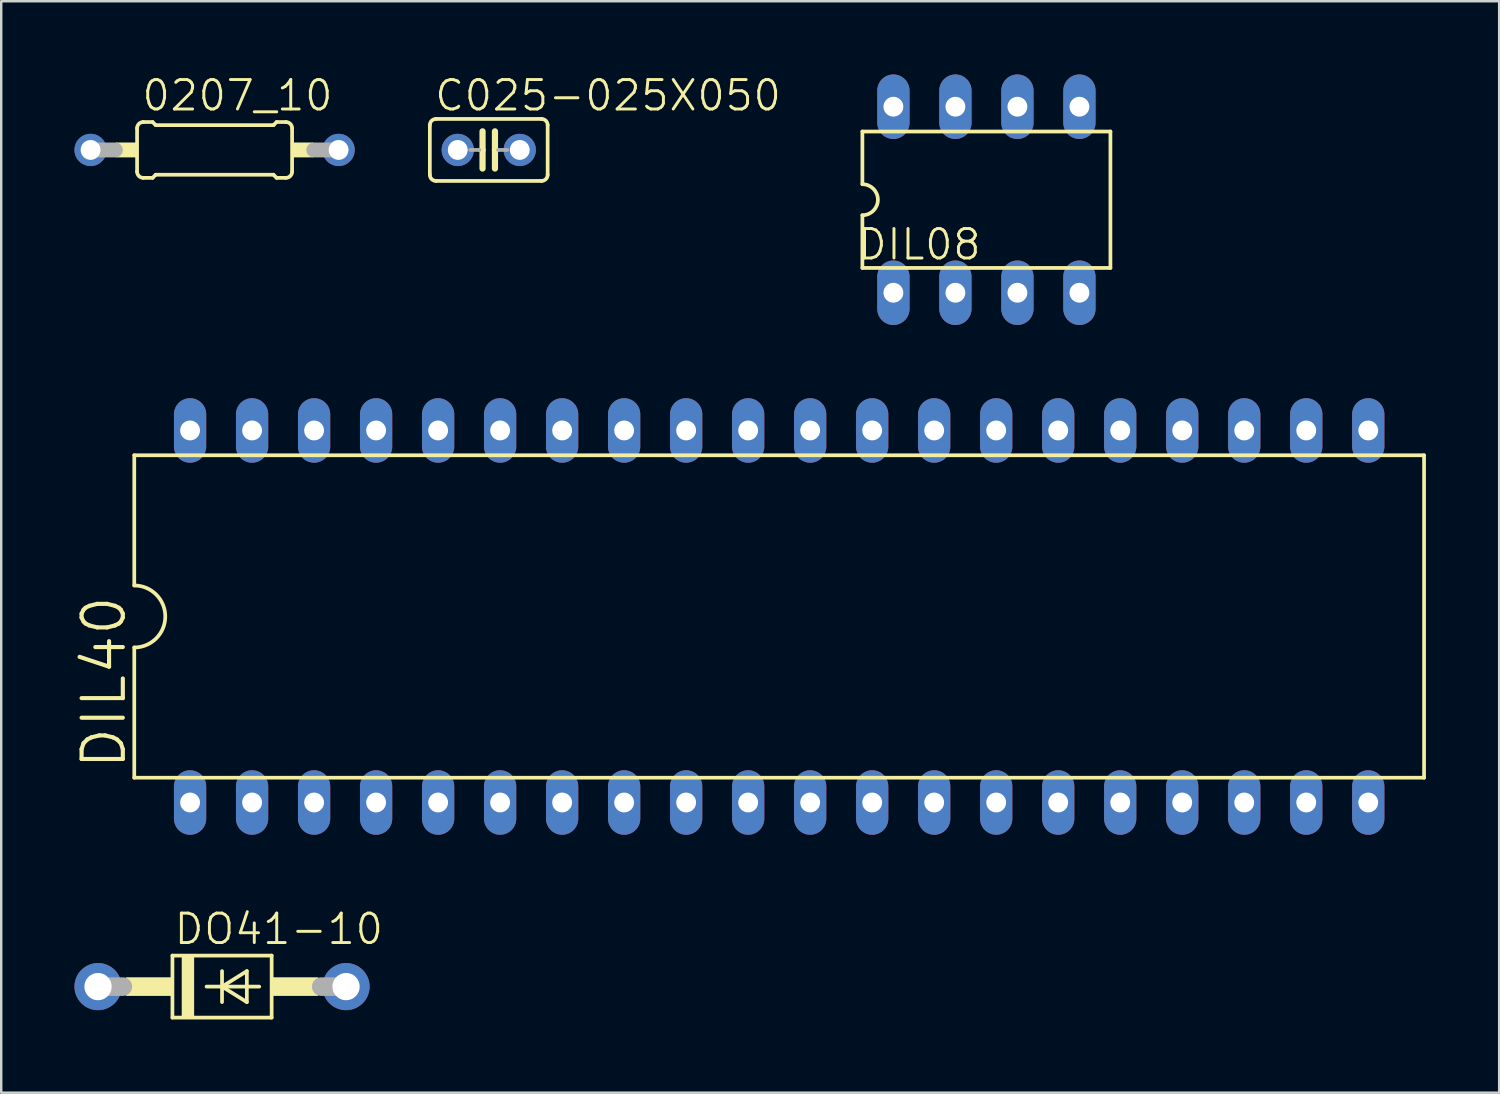
<source format=kicad_pcb>
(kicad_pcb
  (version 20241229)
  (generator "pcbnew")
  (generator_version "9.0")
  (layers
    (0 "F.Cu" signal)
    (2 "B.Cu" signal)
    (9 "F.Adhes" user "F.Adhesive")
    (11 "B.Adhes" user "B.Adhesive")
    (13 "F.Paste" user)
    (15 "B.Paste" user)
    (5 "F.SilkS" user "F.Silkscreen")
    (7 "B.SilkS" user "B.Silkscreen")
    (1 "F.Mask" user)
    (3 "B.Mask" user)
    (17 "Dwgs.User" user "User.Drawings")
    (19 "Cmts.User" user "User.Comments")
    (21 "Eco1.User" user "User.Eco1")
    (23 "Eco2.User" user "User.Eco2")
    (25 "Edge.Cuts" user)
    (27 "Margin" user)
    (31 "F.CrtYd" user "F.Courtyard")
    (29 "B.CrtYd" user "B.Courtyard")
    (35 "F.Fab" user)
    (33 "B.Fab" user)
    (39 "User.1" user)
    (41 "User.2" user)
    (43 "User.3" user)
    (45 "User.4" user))
  (footprint "DIL40"
    (layer "F.Cu")
    (at 28.866 22.202)
    (property "Reference" "DIL40" (at -26.67 6.35 90) (layer "F.SilkS") (effects (font (size 1.689 1.689) (thickness 0.169)) (justify left bottom)))
    (attr through_hole)
    (fp_line (start -26.416 -6.604) (end -26.416 -1.27) (stroke (width 0.152) (type solid)) (layer "F.SilkS"))
    (fp_line (start -26.416 -6.604) (end 26.416 -6.604) (stroke (width 0.152) (type solid)) (layer "F.SilkS"))
    (fp_line (start -26.416 1.27) (end -26.416 6.604) (stroke (width 0.152) (type solid)) (layer "F.SilkS"))
    (fp_line (start -26.416 6.604) (end 26.416 6.604) (stroke (width 0.152) (type solid)) (layer "F.SilkS"))
    (fp_line (start 26.416 6.604) (end 26.416 -6.604) (stroke (width 0.152) (type solid)) (layer "F.SilkS"))
    (fp_arc (start -26.416 -1.27) (mid -25.146 0) (end -26.416 1.27) (stroke (width 0.1524) (type solid)) (layer "F.SilkS"))
    (pad "1" thru_hole oval (at -24.13 7.62 90) (size 2.642 1.321) (drill 0.813) (layers "*.Cu" "*.Mask"))
    (pad "2" thru_hole oval (at -21.59 7.62 90) (size 2.642 1.321) (drill 0.813) (layers "*.Cu" "*.Mask"))
    (pad "3" thru_hole oval (at -19.05 7.62 90) (size 2.642 1.321) (drill 0.813) (layers "*.Cu" "*.Mask"))
    (pad "4" thru_hole oval (at -16.51 7.62 90) (size 2.642 1.321) (drill 0.813) (layers "*.Cu" "*.Mask"))
    (pad "5" thru_hole oval (at -13.97 7.62 90) (size 2.642 1.321) (drill 0.813) (layers "*.Cu" "*.Mask"))
    (pad "6" thru_hole oval (at -11.43 7.62 90) (size 2.642 1.321) (drill 0.813) (layers "*.Cu" "*.Mask"))
    (pad "7" thru_hole oval (at -8.89 7.62 90) (size 2.642 1.321) (drill 0.813) (layers "*.Cu" "*.Mask"))
    (pad "8" thru_hole oval (at -6.35 7.62 90) (size 2.642 1.321) (drill 0.813) (layers "*.Cu" "*.Mask"))
    (pad "9" thru_hole oval (at -3.81 7.62 90) (size 2.642 1.321) (drill 0.813) (layers "*.Cu" "*.Mask"))
    (pad "10" thru_hole oval (at -1.27 7.62 90) (size 2.642 1.321) (drill 0.813) (layers "*.Cu" "*.Mask"))
    (pad "11" thru_hole oval (at 1.27 7.62 90) (size 2.642 1.321) (drill 0.813) (layers "*.Cu" "*.Mask"))
    (pad "12" thru_hole oval (at 3.81 7.62 90) (size 2.642 1.321) (drill 0.813) (layers "*.Cu" "*.Mask"))
    (pad "13" thru_hole oval (at 6.35 7.62 90) (size 2.642 1.321) (drill 0.813) (layers "*.Cu" "*.Mask"))
    (pad "14" thru_hole oval (at 8.89 7.62 90) (size 2.642 1.321) (drill 0.813) (layers "*.Cu" "*.Mask"))
    (pad "15" thru_hole oval (at 11.43 7.62 90) (size 2.642 1.321) (drill 0.813) (layers "*.Cu" "*.Mask"))
    (pad "16" thru_hole oval (at 13.97 7.62 90) (size 2.642 1.321) (drill 0.813) (layers "*.Cu" "*.Mask"))
    (pad "17" thru_hole oval (at 16.51 7.62 90) (size 2.642 1.321) (drill 0.813) (layers "*.Cu" "*.Mask"))
    (pad "18" thru_hole oval (at 19.05 7.62 90) (size 2.642 1.321) (drill 0.813) (layers "*.Cu" "*.Mask"))
    (pad "19" thru_hole oval (at 21.59 7.62 90) (size 2.642 1.321) (drill 0.813) (layers "*.Cu" "*.Mask"))
    (pad "20" thru_hole oval (at 24.13 7.62 90) (size 2.642 1.321) (drill 0.813) (layers "*.Cu" "*.Mask"))
    (pad "21" thru_hole oval (at 24.13 -7.62 90) (size 2.642 1.321) (drill 0.813) (layers "*.Cu" "*.Mask"))
    (pad "22" thru_hole oval (at 21.59 -7.62 90) (size 2.642 1.321) (drill 0.813) (layers "*.Cu" "*.Mask"))
    (pad "23" thru_hole oval (at 19.05 -7.62 90) (size 2.642 1.321) (drill 0.813) (layers "*.Cu" "*.Mask"))
    (pad "24" thru_hole oval (at 16.51 -7.62 90) (size 2.642 1.321) (drill 0.813) (layers "*.Cu" "*.Mask"))
    (pad "25" thru_hole oval (at 13.97 -7.62 90) (size 2.642 1.321) (drill 0.813) (layers "*.Cu" "*.Mask"))
    (pad "26" thru_hole oval (at 11.43 -7.62 90) (size 2.642 1.321) (drill 0.813) (layers "*.Cu" "*.Mask"))
    (pad "27" thru_hole oval (at 8.89 -7.62 90) (size 2.642 1.321) (drill 0.813) (layers "*.Cu" "*.Mask"))
    (pad "28" thru_hole oval (at 6.35 -7.62 90) (size 2.642 1.321) (drill 0.813) (layers "*.Cu" "*.Mask"))
    (pad "29" thru_hole oval (at 3.81 -7.62 90) (size 2.642 1.321) (drill 0.813) (layers "*.Cu" "*.Mask"))
    (pad "30" thru_hole oval (at 1.27 -7.62 90) (size 2.642 1.321) (drill 0.813) (layers "*.Cu" "*.Mask"))
    (pad "31" thru_hole oval (at -1.27 -7.62 90) (size 2.642 1.321) (drill 0.813) (layers "*.Cu" "*.Mask"))
    (pad "32" thru_hole oval (at -3.81 -7.62 90) (size 2.642 1.321) (drill 0.813) (layers "*.Cu" "*.Mask"))
    (pad "33" thru_hole oval (at -6.35 -7.62 90) (size 2.642 1.321) (drill 0.813) (layers "*.Cu" "*.Mask"))
    (pad "34" thru_hole oval (at -8.89 -7.62 90) (size 2.642 1.321) (drill 0.813) (layers "*.Cu" "*.Mask"))
    (pad "35" thru_hole oval (at -11.43 -7.62 90) (size 2.642 1.321) (drill 0.813) (layers "*.Cu" "*.Mask"))
    (pad "36" thru_hole oval (at -13.97 -7.62 90) (size 2.642 1.321) (drill 0.813) (layers "*.Cu" "*.Mask"))
    (pad "37" thru_hole oval (at -16.51 -7.62 90) (size 2.642 1.321) (drill 0.813) (layers "*.Cu" "*.Mask"))
    (pad "38" thru_hole oval (at -19.05 -7.62 90) (size 2.642 1.321) (drill 0.813) (layers "*.Cu" "*.Mask"))
    (pad "39" thru_hole oval (at -21.59 -7.62 90) (size 2.642 1.321) (drill 0.813) (layers "*.Cu" "*.Mask"))
    (pad "40" thru_hole oval (at -24.13 -7.62 90) (size 2.642 1.321) (drill 0.813) (layers "*.Cu" "*.Mask")))
  (footprint "DO41-10"
    (layer "F.Cu")
    (at 6.045 37.363)
    (property "Reference" "DO41-10" (at -2.032 -1.651 0) (layer "F.SilkS") (effects (font (size 1.206 1.206) (thickness 0.121)) (justify left bottom)))
    (attr through_hole)
    (fp_line (start -2.032 -1.27) (end -2.032 1.27) (stroke (width 0.152) (type solid)) (layer "F.SilkS"))
    (fp_line (start -2.032 -1.27) (end 2.032 -1.27) (stroke (width 0.152) (type solid)) (layer "F.SilkS"))
    (fp_line (start -0.635 0) (end 0 0) (stroke (width 0.152) (type solid)) (layer "F.SilkS"))
    (fp_line (start 0 -0.635) (end 0 0) (stroke (width 0.152) (type solid)) (layer "F.SilkS"))
    (fp_line (start 0 0) (end 0 0.635) (stroke (width 0.152) (type solid)) (layer "F.SilkS"))
    (fp_line (start 0 0) (end 1.016 -0.635) (stroke (width 0.152) (type solid)) (layer "F.SilkS"))
    (fp_line (start 0 0) (end 1.524 0) (stroke (width 0.152) (type solid)) (layer "F.SilkS"))
    (fp_line (start 1.016 -0.635) (end 1.016 0.635) (stroke (width 0.152) (type solid)) (layer "F.SilkS"))
    (fp_line (start 1.016 0.635) (end 0 0) (stroke (width 0.152) (type solid)) (layer "F.SilkS"))
    (fp_line (start 2.032 1.27) (end -2.032 1.27) (stroke (width 0.152) (type solid)) (layer "F.SilkS"))
    (fp_line (start 2.032 1.27) (end 2.032 -1.27) (stroke (width 0.152) (type solid)) (layer "F.SilkS"))
    (fp_poly (pts (xy -3.937 0.381) (xy -2.032 0.381) (xy -2.032 -0.381) (xy -3.937 -0.381)) (stroke (width 0) (type solid)) (fill yes) (layer "F.SilkS"))
    (fp_poly (pts (xy -1.651 1.27) (xy -1.143 1.27) (xy -1.143 -1.27) (xy -1.651 -1.27)) (stroke (width 0) (type solid)) (fill yes) (layer "F.SilkS"))
    (fp_poly (pts (xy 2.032 0.381) (xy 3.937 0.381) (xy 3.937 -0.381) (xy 2.032 -0.381)) (stroke (width 0) (type solid)) (fill yes) (layer "F.SilkS"))
    (fp_line (start -5.08 0) (end -4.064 0) (stroke (width 0.762) (type solid)) (layer "F.Fab"))
    (fp_line (start 5.08 0) (end 4.064 0) (stroke (width 0.762) (type solid)) (layer "F.Fab"))
    (pad "A" thru_hole circle (at 5.08 0) (size 1.93 1.93) (drill 1.118) (layers "*.Cu" "*.Mask"))
    (pad "C" thru_hole circle (at -5.08 0) (size 1.93 1.93) (drill 1.118) (layers "*.Cu" "*.Mask")))
  (footprint "DIL08"
    (layer "F.Cu")
    (at 37.355 5.131)
    (property "Reference" "DIL08" (at -5.359 2.54 180) (layer "F.SilkS") (effects (font (size 1.206 1.206) (thickness 0.121)) (justify left bottom)))
    (attr through_hole)
    (fp_line (start -5.08 -2.794) (end -5.08 -0.635) (stroke (width 0.152) (type solid)) (layer "F.SilkS"))
    (fp_line (start -5.08 0.635) (end -5.08 2.794) (stroke (width 0.152) (type solid)) (layer "F.SilkS"))
    (fp_line (start -5.08 2.794) (end 5.08 2.794) (stroke (width 0.152) (type solid)) (layer "F.SilkS"))
    (fp_line (start 5.08 -2.794) (end -5.08 -2.794) (stroke (width 0.152) (type solid)) (layer "F.SilkS"))
    (fp_line (start 5.08 2.794) (end 5.08 -2.794) (stroke (width 0.152) (type solid)) (layer "F.SilkS"))
    (fp_arc (start -5.08 -0.635) (mid -4.445 0) (end -5.08 0.635) (stroke (width 0.1524) (type solid)) (layer "F.SilkS"))
    (pad "1" thru_hole oval (at -3.81 3.81 90) (size 2.642 1.321) (drill 0.813) (layers "*.Cu" "*.Mask"))
    (pad "2" thru_hole oval (at -1.27 3.81 90) (size 2.642 1.321) (drill 0.813) (layers "*.Cu" "*.Mask"))
    (pad "3" thru_hole oval (at 1.27 3.81 90) (size 2.642 1.321) (drill 0.813) (layers "*.Cu" "*.Mask"))
    (pad "4" thru_hole oval (at 3.81 3.81 90) (size 2.642 1.321) (drill 0.813) (layers "*.Cu" "*.Mask"))
    (pad "5" thru_hole oval (at 3.81 -3.81 90) (size 2.642 1.321) (drill 0.813) (layers "*.Cu" "*.Mask"))
    (pad "6" thru_hole oval (at 1.27 -3.81 90) (size 2.642 1.321) (drill 0.813) (layers "*.Cu" "*.Mask"))
    (pad "7" thru_hole oval (at -1.27 -3.81 90) (size 2.642 1.321) (drill 0.813) (layers "*.Cu" "*.Mask"))
    (pad "8" thru_hole oval (at -3.81 -3.81 90) (size 2.642 1.321) (drill 0.813) (layers "*.Cu" "*.Mask")))
  (footprint "0207_10"
    (layer "F.Cu")
    (at 5.74 3.092)
    (property "Reference" "0207_10" (at -3.048 -1.524 0) (layer "F.SilkS") (effects (font (size 1.206 1.206) (thickness 0.121)) (justify left bottom)))
    (attr through_hole)
    (fp_line (start -3.175 0.889) (end -3.175 -0.889) (stroke (width 0.152) (type solid)) (layer "F.SilkS"))
    (fp_line (start -2.921 -1.143) (end -2.54 -1.143) (stroke (width 0.152) (type solid)) (layer "F.SilkS"))
    (fp_line (start -2.921 1.143) (end -2.54 1.143) (stroke (width 0.152) (type solid)) (layer "F.SilkS"))
    (fp_line (start -2.413 -1.016) (end -2.54 -1.143) (stroke (width 0.152) (type solid)) (layer "F.SilkS"))
    (fp_line (start -2.413 1.016) (end -2.54 1.143) (stroke (width 0.152) (type solid)) (layer "F.SilkS"))
    (fp_line (start 2.413 -1.016) (end -2.413 -1.016) (stroke (width 0.152) (type solid)) (layer "F.SilkS"))
    (fp_line (start 2.413 -1.016) (end 2.54 -1.143) (stroke (width 0.152) (type solid)) (layer "F.SilkS"))
    (fp_line (start 2.413 1.016) (end -2.413 1.016) (stroke (width 0.152) (type solid)) (layer "F.SilkS"))
    (fp_line (start 2.413 1.016) (end 2.54 1.143) (stroke (width 0.152) (type solid)) (layer "F.SilkS"))
    (fp_line (start 2.921 -1.143) (end 2.54 -1.143) (stroke (width 0.152) (type solid)) (layer "F.SilkS"))
    (fp_line (start 2.921 1.143) (end 2.54 1.143) (stroke (width 0.152) (type solid)) (layer "F.SilkS"))
    (fp_line (start 3.175 0.889) (end 3.175 -0.889) (stroke (width 0.152) (type solid)) (layer "F.SilkS"))
    (fp_arc (start -3.175 -0.889) (mid -3.100605 -1.068605) (end -2.921 -1.143) (stroke (width 0.1524) (type solid)) (layer "F.SilkS"))
    (fp_arc (start -2.921 1.143) (mid -3.100605 1.068605) (end -3.175 0.889) (stroke (width 0.1524) (type solid)) (layer "F.SilkS"))
    (fp_arc (start 2.921 -1.143) (mid 3.100605 -1.068605) (end 3.175 -0.889) (stroke (width 0.1524) (type solid)) (layer "F.SilkS"))
    (fp_arc (start 3.175 0.889) (mid 3.100605 1.068605) (end 2.921 1.143) (stroke (width 0.1524) (type solid)) (layer "F.SilkS"))
    (fp_poly (pts (xy -4.039 0.305) (xy -3.175 0.305) (xy -3.175 -0.305) (xy -4.039 -0.305)) (stroke (width 0) (type solid)) (fill yes) (layer "F.SilkS"))
    (fp_poly (pts (xy 3.175 0.305) (xy 4.039 0.305) (xy 4.039 -0.305) (xy 3.175 -0.305)) (stroke (width 0) (type solid)) (fill yes) (layer "F.SilkS"))
    (fp_line (start -5.08 0) (end -4.064 0) (stroke (width 0.61) (type solid)) (layer "F.Fab"))
    (fp_line (start 5.08 0) (end 4.064 0) (stroke (width 0.61) (type solid)) (layer "F.Fab"))
    (pad "1" thru_hole circle (at -5.08 0) (size 1.321 1.321) (drill 0.813) (layers "*.Cu" "*.Mask"))
    (pad "2" thru_hole circle (at 5.08 0) (size 1.321 1.321) (drill 0.813) (layers "*.Cu" "*.Mask")))
  (footprint "C025-025X050"
    (layer "F.Cu")
    (at 16.97 3.092)
    (property "Reference" "C025-025X050" (at -2.286 -1.524 180) (layer "F.SilkS") (effects (font (size 1.206 1.206) (thickness 0.121)) (justify left bottom)))
    (attr through_hole)
    (fp_line (start -2.413 -1.016) (end -2.413 1.016) (stroke (width 0.152) (type solid)) (layer "F.SilkS"))
    (fp_line (start -2.159 -1.27) (end 2.159 -1.27) (stroke (width 0.152) (type solid)) (layer "F.SilkS"))
    (fp_line (start -0.254 -0.762) (end -0.254 0) (stroke (width 0.254) (type solid)) (layer "F.SilkS"))
    (fp_line (start -0.254 0) (end -0.381 0) (stroke (width 0.152) (type solid)) (layer "F.SilkS"))
    (fp_line (start -0.254 0) (end -0.254 0.762) (stroke (width 0.254) (type solid)) (layer "F.SilkS"))
    (fp_line (start 0.254 0) (end 0.254 -0.762) (stroke (width 0.254) (type solid)) (layer "F.SilkS"))
    (fp_line (start 0.254 0) (end 0.254 0.762) (stroke (width 0.254) (type solid)) (layer "F.SilkS"))
    (fp_line (start 0.381 0) (end 0.254 0) (stroke (width 0.152) (type solid)) (layer "F.SilkS"))
    (fp_line (start 2.159 1.27) (end -2.159 1.27) (stroke (width 0.152) (type solid)) (layer "F.SilkS"))
    (fp_line (start 2.413 -1.016) (end 2.413 1.016) (stroke (width 0.152) (type solid)) (layer "F.SilkS"))
    (fp_arc (start -2.413 -1.016) (mid -2.338605 -1.195605) (end -2.159 -1.27) (stroke (width 0.1524) (type solid)) (layer "F.SilkS"))
    (fp_arc (start -2.159 1.27) (mid -2.338605 1.195605) (end -2.413 1.016) (stroke (width 0.1524) (type solid)) (layer "F.SilkS"))
    (fp_arc (start 2.159 -1.27) (mid 2.338605 -1.195605) (end 2.413 -1.016) (stroke (width 0.1524) (type solid)) (layer "F.SilkS"))
    (fp_arc (start 2.413 1.016) (mid 2.338605 1.195605) (end 2.159 1.27) (stroke (width 0.1524) (type solid)) (layer "F.SilkS"))
    (fp_line (start -0.381 0) (end -0.762 0) (stroke (width 0.152) (type solid)) (layer "F.Fab"))
    (fp_line (start 0.762 0) (end 0.381 0) (stroke (width 0.152) (type solid)) (layer "F.Fab"))
    (pad "1" thru_hole circle (at -1.27 0) (size 1.321 1.321) (drill 0.813) (layers "*.Cu" "*.Mask"))
    (pad "2" thru_hole circle (at 1.27 0) (size 1.321 1.321) (drill 0.813) (layers "*.Cu" "*.Mask")))
  (gr_rect
    (start -3 -3)
    (end 58.358 41.709)
    (stroke (width 0.1) (type default))
    (fill no)
    (layer "Edge.Cuts")))
</source>
